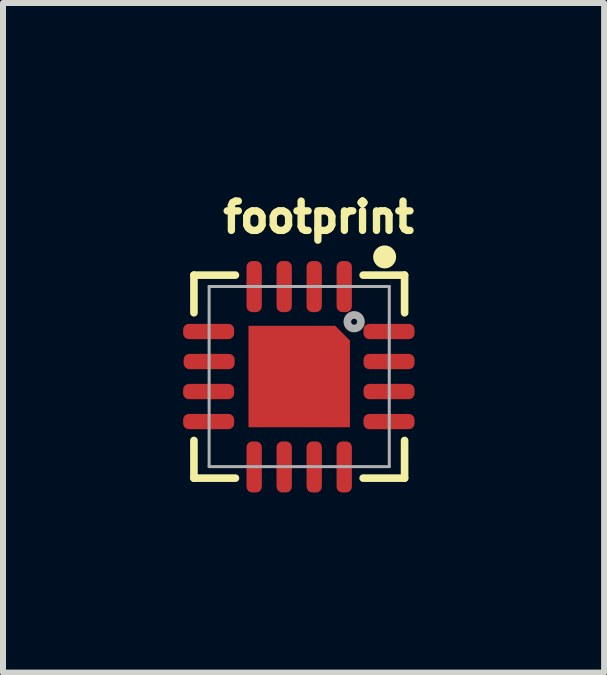
<source format=kicad_pcb>
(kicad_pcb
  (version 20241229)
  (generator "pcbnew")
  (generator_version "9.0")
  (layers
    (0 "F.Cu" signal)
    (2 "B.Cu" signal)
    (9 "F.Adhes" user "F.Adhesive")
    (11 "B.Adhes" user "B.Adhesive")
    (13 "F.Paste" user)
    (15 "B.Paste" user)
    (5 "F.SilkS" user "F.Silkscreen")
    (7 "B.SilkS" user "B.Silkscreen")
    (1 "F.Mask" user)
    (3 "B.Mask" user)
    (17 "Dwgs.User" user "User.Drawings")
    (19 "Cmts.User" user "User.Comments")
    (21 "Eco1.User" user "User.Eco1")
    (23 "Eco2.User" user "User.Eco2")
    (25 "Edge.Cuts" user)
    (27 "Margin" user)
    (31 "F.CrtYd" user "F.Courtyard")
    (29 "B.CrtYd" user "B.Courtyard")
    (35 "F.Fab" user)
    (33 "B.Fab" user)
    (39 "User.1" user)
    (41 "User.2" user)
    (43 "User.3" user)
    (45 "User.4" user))
  (footprint "footprint"
    (layer "F.Cu")
    (at 1.933 3.221)
    (property "Reference" "footprint" (at -1.326 -2.368 0) (layer "F.SilkS") (effects (font (size 0.488 0.488) (thickness 0.122)) (justify left bottom)))
    (fp_poly (pts (xy 0.845 -0.6) (xy 0.845 0.845) (xy -0.845 0.845) (xy -0.845 -0.845) (xy 0.6 -0.845)) (stroke (width 0) (type solid)) (fill yes) (layer "F.Cu"))
    (fp_poly (pts (xy 0.895 -0.62) (xy 0.895 0.895) (xy -0.905 0.895) (xy -0.905 -0.895) (xy 0.62 -0.895)) (stroke (width 0) (type solid)) (fill yes) (layer "F.Mask"))
    (fp_line (start -1.753 -1.689) (end -1.753 -1.062) (stroke (width 0.127) (type solid)) (layer "F.SilkS"))
    (fp_line (start -1.753 1.692) (end -1.753 1.065) (stroke (width 0.127) (type solid)) (layer "F.SilkS"))
    (fp_line (start -1.062 -1.689) (end -1.753 -1.689) (stroke (width 0.127) (type solid)) (layer "F.SilkS"))
    (fp_line (start -1.062 1.692) (end -1.753 1.692) (stroke (width 0.127) (type solid)) (layer "F.SilkS"))
    (fp_line (start 1.065 -1.689) (end 1.755 -1.689) (stroke (width 0.127) (type solid)) (layer "F.SilkS"))
    (fp_line (start 1.065 1.692) (end 1.755 1.692) (stroke (width 0.127) (type solid)) (layer "F.SilkS"))
    (fp_line (start 1.755 -1.689) (end 1.755 -1.062) (stroke (width 0.127) (type solid)) (layer "F.SilkS"))
    (fp_line (start 1.755 1.692) (end 1.755 1.065) (stroke (width 0.127) (type solid)) (layer "F.SilkS"))
    (fp_circle (center 1.423 -1.992) (end 1.519 -1.992) (stroke (width 0.191) (type solid)) (fill yes) (layer "F.SilkS"))
    (fp_line (start -1.806 0.751) (end -1.221 0.751) (stroke (width 0.203) (type solid)) (layer "F.Paste"))
    (fp_line (start -1.801 0.25) (end -1.217 0.25) (stroke (width 0.203) (type solid)) (layer "F.Paste"))
    (fp_line (start -1.799 -0.251) (end -1.215 -0.251) (stroke (width 0.203) (type solid)) (layer "F.Paste"))
    (fp_line (start -1.795 -0.752) (end -1.211 -0.752) (stroke (width 0.203) (type solid)) (layer "F.Paste"))
    (fp_line (start -0.754 1.203) (end -0.754 1.788) (stroke (width 0.203) (type solid)) (layer "F.Paste"))
    (fp_line (start -0.753 -1.793) (end -0.753 -1.209) (stroke (width 0.203) (type solid)) (layer "F.Paste"))
    (fp_line (start -0.253 1.208) (end -0.253 1.792) (stroke (width 0.203) (type solid)) (layer "F.Paste"))
    (fp_line (start -0.252 -1.788) (end -0.252 -1.204) (stroke (width 0.203) (type solid)) (layer "F.Paste"))
    (fp_line (start 0.248 1.21) (end 0.248 1.795) (stroke (width 0.203) (type solid)) (layer "F.Paste"))
    (fp_line (start 0.248 -1.786) (end 0.248 -1.202) (stroke (width 0.203) (type solid)) (layer "F.Paste"))
    (fp_line (start 0.749 1.214) (end 0.749 1.798) (stroke (width 0.203) (type solid)) (layer "F.Paste"))
    (fp_line (start 0.749 -1.782) (end 0.749 -1.198) (stroke (width 0.203) (type solid)) (layer "F.Paste"))
    (fp_line (start 1.197 0.747) (end 1.782 0.747) (stroke (width 0.203) (type solid)) (layer "F.Paste"))
    (fp_line (start 1.202 0.246) (end 1.786 0.246) (stroke (width 0.203) (type solid)) (layer "F.Paste"))
    (fp_line (start 1.204 -0.255) (end 1.788 -0.255) (stroke (width 0.203) (type solid)) (layer "F.Paste"))
    (fp_line (start 1.208 -0.756) (end 1.792 -0.756) (stroke (width 0.203) (type solid)) (layer "F.Paste"))
    (fp_circle (center -0.508 -0.508) (end -0.406 -0.508) (stroke (width 0.203) (type solid)) (fill yes) (layer "F.Paste"))
    (fp_circle (center -0.508 0.508) (end -0.406 0.508) (stroke (width 0.203) (type solid)) (fill yes) (layer "F.Paste"))
    (fp_circle (center 0 0) (end 0.102 0) (stroke (width 0.203) (type solid)) (fill yes) (layer "F.Paste"))
    (fp_circle (center 0.508 -0.508) (end 0.61 -0.508) (stroke (width 0.203) (type solid)) (fill yes) (layer "F.Paste"))
    (fp_circle (center 0.508 0.508) (end 0.61 0.508) (stroke (width 0.203) (type solid)) (fill yes) (layer "F.Paste"))
    (fp_line (start -1.5 -1.5) (end -1.5 1.5) (stroke (width 0.05) (type solid)) (layer "F.Fab"))
    (fp_line (start -1.5 -1.5) (end 1.5 -1.5) (stroke (width 0.05) (type solid)) (layer "F.Fab"))
    (fp_line (start 1.5 1.5) (end -1.5 1.5) (stroke (width 0.05) (type solid)) (layer "F.Fab"))
    (fp_line (start 1.5 1.5) (end 1.5 -1.5) (stroke (width 0.05) (type solid)) (layer "F.Fab"))
    (fp_circle (center 0.915 -0.913) (end 0.965 -0.913) (stroke (width 0.127) (type solid)) (fill no) (layer "F.Fab"))
    (pad "1" smd roundrect (at 0.75 -1.498 90) (size 0.85 0.255) (layers "F.Cu" "F.Mask") (roundrect_rratio 0.375))
    (pad "2" smd roundrect (at 0.25 -1.498 90) (size 0.85 0.255) (layers "F.Cu" "F.Mask") (roundrect_rratio 0.375))
    (pad "3" smd roundrect (at -0.25 -1.498 90) (size 0.85 0.255) (layers "F.Cu" "F.Mask") (roundrect_rratio 0.375))
    (pad "4" smd roundrect (at -0.75 -1.498 90) (size 0.85 0.255) (layers "F.Cu" "F.Mask") (roundrect_rratio 0.375))
    (pad "5" smd roundrect (at -1.508 -0.75) (size 0.85 0.255) (layers "F.Cu" "F.Mask") (roundrect_rratio 0.375))
    (pad "6" smd roundrect (at -1.5 -0.25) (size 0.85 0.255) (layers "F.Cu" "F.Mask") (roundrect_rratio 0.375))
    (pad "7" smd roundrect (at -1.508 0.25) (size 0.85 0.255) (layers "F.Cu" "F.Mask") (roundrect_rratio 0.375))
    (pad "8" smd roundrect (at -1.508 0.75) (size 0.85 0.255) (layers "F.Cu" "F.Mask") (roundrect_rratio 0.375))
    (pad "9" smd roundrect (at -0.75 1.506 270) (size 0.85 0.255) (layers "F.Cu" "F.Mask") (roundrect_rratio 0.375))
    (pad "10" smd roundrect (at -0.25 1.506 270) (size 0.85 0.255) (layers "F.Cu" "F.Mask") (roundrect_rratio 0.375))
    (pad "11" smd roundrect (at 0.25 1.506 270) (size 0.85 0.255) (layers "F.Cu" "F.Mask") (roundrect_rratio 0.375))
    (pad "12" smd roundrect (at 0.75 1.506 270) (size 0.85 0.255) (layers "F.Cu" "F.Mask") (roundrect_rratio 0.375))
    (pad "13" smd roundrect (at 1.496 0.75 180) (size 0.85 0.255) (layers "F.Cu" "F.Mask") (roundrect_rratio 0.375))
    (pad "14" smd roundrect (at 1.496 0.25 180) (size 0.85 0.255) (layers "F.Cu" "F.Mask") (roundrect_rratio 0.375))
    (pad "15" smd roundrect (at 1.496 -0.25 180) (size 0.85 0.255) (layers "F.Cu" "F.Mask") (roundrect_rratio 0.375))
    (pad "16" smd roundrect (at 1.496 -0.75 180) (size 0.85 0.255) (layers "F.Cu" "F.Mask") (roundrect_rratio 0.375))
    (pad "17" smd rect (at 0 0) (size 1.3 1.3) (layers "F.Cu")))
  (gr_rect
    (start -3 -3)
    (end 7.011 8.152)
    (stroke (width 0.1) (type default))
    (fill no)
    (layer "Edge.Cuts")))
</source>
